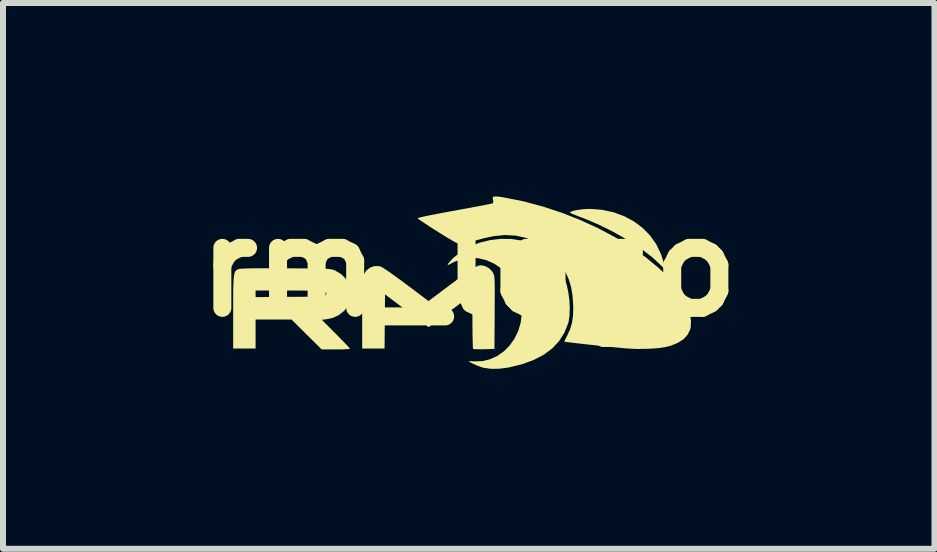
<source format=kicad_pcb>
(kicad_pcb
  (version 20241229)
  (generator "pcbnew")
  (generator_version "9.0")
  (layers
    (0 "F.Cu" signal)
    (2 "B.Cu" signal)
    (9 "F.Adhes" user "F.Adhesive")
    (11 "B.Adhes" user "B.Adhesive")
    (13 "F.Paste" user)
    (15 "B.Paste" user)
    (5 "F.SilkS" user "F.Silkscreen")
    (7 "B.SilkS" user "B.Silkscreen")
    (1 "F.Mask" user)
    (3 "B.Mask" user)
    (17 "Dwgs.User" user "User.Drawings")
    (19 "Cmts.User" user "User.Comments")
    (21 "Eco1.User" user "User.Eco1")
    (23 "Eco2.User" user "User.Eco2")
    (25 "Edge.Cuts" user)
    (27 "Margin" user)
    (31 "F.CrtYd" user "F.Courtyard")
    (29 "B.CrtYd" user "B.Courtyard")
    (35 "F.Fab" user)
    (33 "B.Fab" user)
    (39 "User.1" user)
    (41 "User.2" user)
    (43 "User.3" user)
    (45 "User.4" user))
  (footprint "rm_logo"
    (layer "F.Cu")
    (at 4.764 1.404)
    (property "Reference" "rm_logo" (at 0 0 0) (layer "F.SilkS") (effects (font (size 1.5 1.5) (thickness 0.3))))
    (attr board_only exclude_from_pos_files exclude_from_bom)
    (fp_poly (pts (xy 2.225 -0.956) (xy 2.415 -0.915) (xy 2.592 -0.85) (xy 2.754 -0.763) (xy 2.899 -0.655) (xy 3.023 -0.528) (xy 3.126 -0.384) (xy 3.203 -0.224) (xy 3.209 -0.207) (xy 3.231 -0.14) (xy 3.25 -0.077) (xy 3.264 -0.023) (xy 3.271 0.015) (xy 3.269 0.031) (xy 3.269 0.031) (xy 3.256 0.021) (xy 3.228 -0.006) (xy 3.189 -0.045) (xy 3.178 -0.056) (xy 3.061 -0.164) (xy 2.918 -0.275) (xy 2.754 -0.388) (xy 2.573 -0.498) (xy 2.381 -0.604) (xy 2.183 -0.701) (xy 1.982 -0.789) (xy 1.886 -0.827) (xy 1.815 -0.853) (xy 1.756 -0.877) (xy 1.713 -0.895) (xy 1.693 -0.905) (xy 1.693 -0.906) (xy 1.693 -0.918) (xy 1.719 -0.932) (xy 1.765 -0.945) (xy 1.827 -0.956) (xy 1.898 -0.965) (xy 1.973 -0.97) (xy 2.026 -0.971)) (stroke (width 0) (type solid)) (fill yes) (layer "F.SilkS"))
    (fp_poly (pts (xy 0.275 -0.018) (xy 0.339 0.018) (xy 0.39 0.069) (xy 0.405 0.093) (xy 0.413 0.11) (xy 0.42 0.129) (xy 0.425 0.151) (xy 0.429 0.182) (xy 0.431 0.223) (xy 0.433 0.279) (xy 0.434 0.352) (xy 0.434 0.445) (xy 0.434 0.562) (xy 0.433 0.706) (xy 0.433 0.759) (xy 0.429 1.363) (xy 0.256 1.368) (xy 0.186 1.369) (xy 0.127 1.368) (xy 0.087 1.365) (xy 0.073 1.361) (xy 0.07 1.344) (xy 0.068 1.299) (xy 0.066 1.231) (xy 0.064 1.143) (xy 0.063 1.041) (xy 0.062 0.928) (xy 0.062 0.901) (xy 0.062 0.452) (xy -0.303 0.726) (xy -0.668 0.999) (xy -1.031 0.727) (xy -1.395 0.454) (xy -1.399 0.905) (xy -1.403 1.356) (xy -1.59 1.356) (xy -1.776 1.356) (xy -1.776 0.772) (xy -1.776 0.617) (xy -1.776 0.491) (xy -1.775 0.389) (xy -1.773 0.31) (xy -1.77 0.248) (xy -1.767 0.202) (xy -1.763 0.168) (xy -1.757 0.142) (xy -1.751 0.125) (xy -1.709 0.058) (xy -1.648 0.01) (xy -1.576 -0.017) (xy -1.499 -0.018) (xy -1.466 -0.01) (xy -1.439 0.004) (xy -1.392 0.035) (xy -1.327 0.079) (xy -1.248 0.135) (xy -1.159 0.199) (xy -1.064 0.269) (xy -1.04 0.287) (xy -0.67 0.565) (xy -0.302 0.289) (xy -0.184 0.201) (xy -0.088 0.13) (xy -0.011 0.075) (xy 0.05 0.034) (xy 0.098 0.005) (xy 0.137 -0.015) (xy 0.168 -0.026) (xy 0.196 -0.031) (xy 0.21 -0.031)) (stroke (width 0) (type solid)) (fill yes) (layer "F.SilkS"))
    (fp_poly (pts (xy 0.707 -0.47) (xy 0.878 -0.444) (xy 1.039 -0.395) (xy 1.163 -0.335) (xy 1.265 -0.262) (xy 1.367 -0.165) (xy 1.46 -0.053) (xy 1.54 0.068) (xy 1.597 0.183) (xy 1.634 0.295) (xy 1.661 0.422) (xy 1.679 0.556) (xy 1.685 0.689) (xy 1.68 0.811) (xy 1.664 0.916) (xy 1.658 0.935) (xy 1.596 1.091) (xy 1.508 1.231) (xy 1.394 1.353) (xy 1.254 1.458) (xy 1.088 1.545) (xy 0.896 1.616) (xy 0.678 1.67) (xy 0.657 1.674) (xy 0.509 1.693) (xy 0.372 1.695) (xy 0.253 1.678) (xy 0.238 1.675) (xy 0.194 1.66) (xy 0.141 1.64) (xy 0.087 1.617) (xy 0.041 1.595) (xy 0.009 1.577) (xy 0 1.568) (xy 0.014 1.567) (xy 0.05 1.568) (xy 0.082 1.57) (xy 0.222 1.567) (xy 0.354 1.536) (xy 0.477 1.48) (xy 0.587 1.402) (xy 0.684 1.304) (xy 0.764 1.19) (xy 0.826 1.063) (xy 0.867 0.924) (xy 0.885 0.778) (xy 0.878 0.626) (xy 0.867 0.561) (xy 0.82 0.405) (xy 0.751 0.263) (xy 0.661 0.138) (xy 0.554 0.031) (xy 0.433 -0.054) (xy 0.3 -0.115) (xy 0.159 -0.149) (xy 0.061 -0.156) (xy -0.038 -0.147) (xy -0.142 -0.124) (xy -0.238 -0.09) (xy -0.294 -0.062) (xy -0.334 -0.04) (xy -0.352 -0.038) (xy -0.346 -0.054) (xy -0.318 -0.089) (xy -0.268 -0.142) (xy -0.255 -0.155) (xy -0.126 -0.26) (xy 0.022 -0.345) (xy 0.184 -0.409) (xy 0.355 -0.451) (xy 0.531 -0.472)) (stroke (width 0) (type solid)) (fill yes) (layer "F.SilkS"))
    (fp_poly (pts (xy -3.24 0.018) (xy -3.052 0.019) (xy -3.046 0.019) (xy -2.874 0.02) (xy -2.73 0.021) (xy -2.612 0.022) (xy -2.517 0.023) (xy -2.441 0.025) (xy -2.381 0.027) (xy -2.336 0.03) (xy -2.302 0.034) (xy -2.276 0.039) (xy -2.256 0.045) (xy -2.237 0.052) (xy -2.221 0.059) (xy -2.12 0.121) (xy -2.041 0.202) (xy -2.006 0.257) (xy -1.982 0.325) (xy -1.971 0.41) (xy -1.972 0.499) (xy -1.986 0.58) (xy -2.005 0.631) (xy -2.071 0.723) (xy -2.159 0.795) (xy -2.265 0.845) (xy -2.369 0.868) (xy -2.449 0.877) (xy -2.214 1.113) (xy -2.145 1.183) (xy -2.083 1.246) (xy -2.033 1.298) (xy -1.998 1.336) (xy -1.98 1.357) (xy -1.979 1.36) (xy -1.994 1.364) (xy -2.034 1.367) (xy -2.095 1.37) (xy -2.171 1.371) (xy -2.216 1.371) (xy -2.452 1.371) (xy -2.703 1.122) (xy -2.954 0.873) (xy -3.254 0.873) (xy -3.553 0.873) (xy -3.553 1.114) (xy -3.553 1.356) (xy -3.74 1.356) (xy -3.927 1.356) (xy -3.927 0.747) (xy -3.927 0.584) (xy -3.926 0.45) (xy -3.926 0.39) (xy -3.553 0.39) (xy -3.553 0.444) (xy -3.553 0.499) (xy -2.974 0.495) (xy -2.824 0.494) (xy -2.702 0.493) (xy -2.605 0.491) (xy -2.531 0.489) (xy -2.475 0.487) (xy -2.435 0.484) (xy -2.409 0.48) (xy -2.392 0.475) (xy -2.383 0.469) (xy -2.378 0.463) (xy -2.37 0.437) (xy -2.388 0.415) (xy -2.391 0.412) (xy -2.404 0.406) (xy -2.426 0.401) (xy -2.461 0.397) (xy -2.511 0.394) (xy -2.579 0.392) (xy -2.669 0.391) (xy -2.783 0.39) (xy -2.924 0.39) (xy -2.987 0.39) (xy -3.553 0.39) (xy -3.926 0.39) (xy -3.925 0.34) (xy -3.922 0.254) (xy -3.918 0.186) (xy -3.912 0.136) (xy -3.904 0.1) (xy -3.894 0.074) (xy -3.88 0.057) (xy -3.863 0.045) (xy -3.842 0.035) (xy -3.837 0.033) (xy -3.816 0.028) (xy -3.777 0.025) (xy -3.718 0.022) (xy -3.636 0.02) (xy -3.53 0.018) (xy -3.399 0.018)) (stroke (width 0) (type solid)) (fill yes) (layer "F.SilkS"))
    (fp_poly (pts (xy 0.529 -1.172) (xy 0.595 -1.161) (xy 0.914 -1.097) (xy 1.233 -1.012) (xy 1.549 -0.908) (xy 1.858 -0.787) (xy 2.157 -0.65) (xy 2.442 -0.498) (xy 2.709 -0.335) (xy 2.955 -0.162) (xy 3.175 0.021) (xy 3.283 0.123) (xy 3.399 0.249) (xy 3.499 0.382) (xy 3.582 0.516) (xy 3.644 0.648) (xy 3.686 0.775) (xy 3.706 0.894) (xy 3.701 1.001) (xy 3.694 1.034) (xy 3.653 1.121) (xy 3.586 1.197) (xy 3.492 1.259) (xy 3.374 1.308) (xy 3.28 1.332) (xy 3.186 1.347) (xy 3.069 1.357) (xy 2.94 1.362) (xy 2.806 1.363) (xy 2.678 1.358) (xy 2.626 1.354) (xy 2.548 1.347) (xy 2.455 1.338) (xy 2.35 1.328) (xy 2.238 1.316) (xy 2.124 1.304) (xy 2.01 1.292) (xy 1.903 1.28) (xy 1.805 1.269) (xy 1.721 1.259) (xy 1.655 1.251) (xy 1.612 1.246) (xy 1.596 1.243) (xy 1.6 1.227) (xy 1.616 1.192) (xy 1.64 1.143) (xy 1.644 1.136) (xy 1.69 1.035) (xy 1.722 0.93) (xy 1.739 0.814) (xy 1.743 0.679) (xy 1.741 0.61) (xy 1.729 0.459) (xy 1.706 0.329) (xy 1.67 0.208) (xy 1.617 0.089) (xy 1.604 0.063) (xy 1.505 -0.099) (xy 1.389 -0.235) (xy 1.256 -0.346) (xy 1.13 -0.419) (xy 0.96 -0.487) (xy 0.783 -0.526) (xy 0.6 -0.536) (xy 0.408 -0.516) (xy 0.257 -0.483) (xy 0.112 -0.445) (xy -0.005 -0.418) (xy -0.095 -0.402) (xy -0.158 -0.396) (xy -0.193 -0.4) (xy -0.221 -0.414) (xy -0.269 -0.44) (xy -0.331 -0.477) (xy -0.404 -0.521) (xy -0.483 -0.57) (xy -0.564 -0.621) (xy -0.643 -0.672) (xy -0.715 -0.719) (xy -0.776 -0.759) (xy -0.822 -0.791) (xy -0.848 -0.812) (xy -0.852 -0.817) (xy -0.836 -0.823) (xy -0.793 -0.834) (xy -0.725 -0.849) (xy -0.637 -0.867) (xy -0.531 -0.888) (xy -0.411 -0.91) (xy -0.28 -0.935) (xy -0.232 -0.943) (xy -0.097 -0.968) (xy 0.028 -0.991) (xy 0.141 -1.012) (xy 0.238 -1.03) (xy 0.315 -1.046) (xy 0.37 -1.057) (xy 0.398 -1.064) (xy 0.401 -1.065) (xy 0.411 -1.088) (xy 0.405 -1.123) (xy 0.399 -1.152) (xy 0.405 -1.17) (xy 0.426 -1.179) (xy 0.466 -1.179)) (stroke (width 0) (type solid)) (fill yes) (layer "F.SilkS")))
  (gr_rect
    (start -3 -3)
    (end 12.529 6.099)
    (stroke (width 0.1) (type default))
    (fill no)
    (layer "Edge.Cuts")))
</source>
